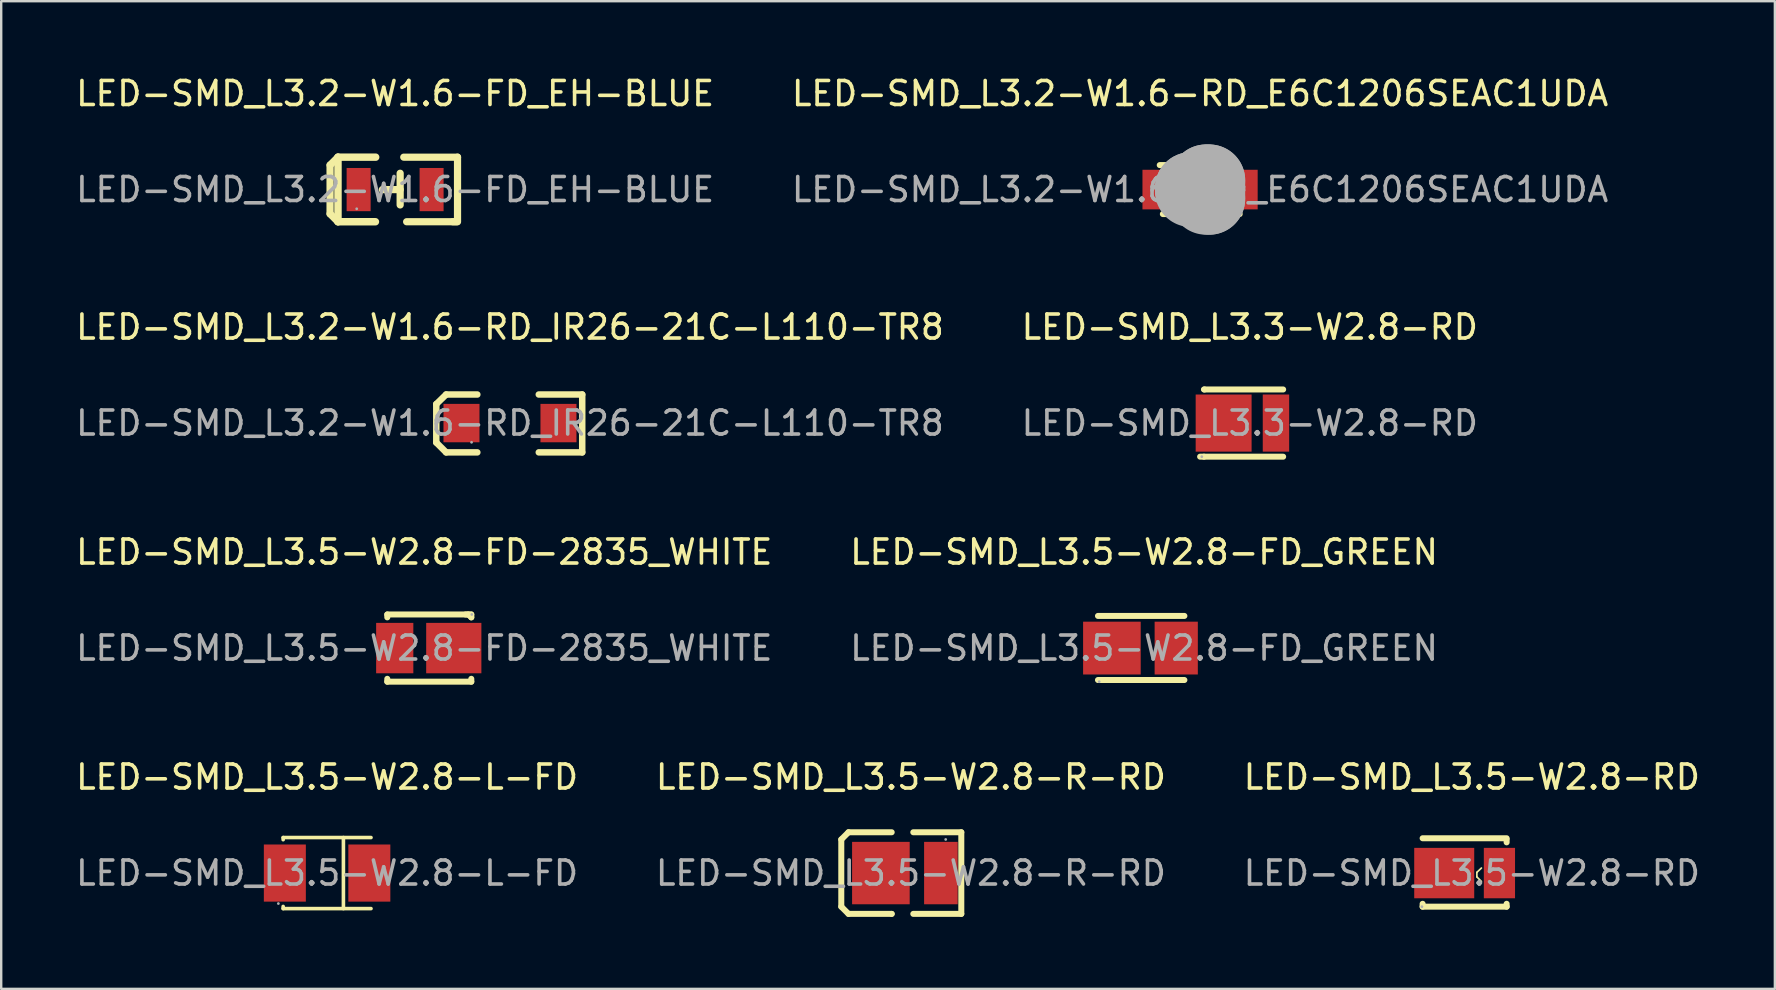
<source format=kicad_pcb>
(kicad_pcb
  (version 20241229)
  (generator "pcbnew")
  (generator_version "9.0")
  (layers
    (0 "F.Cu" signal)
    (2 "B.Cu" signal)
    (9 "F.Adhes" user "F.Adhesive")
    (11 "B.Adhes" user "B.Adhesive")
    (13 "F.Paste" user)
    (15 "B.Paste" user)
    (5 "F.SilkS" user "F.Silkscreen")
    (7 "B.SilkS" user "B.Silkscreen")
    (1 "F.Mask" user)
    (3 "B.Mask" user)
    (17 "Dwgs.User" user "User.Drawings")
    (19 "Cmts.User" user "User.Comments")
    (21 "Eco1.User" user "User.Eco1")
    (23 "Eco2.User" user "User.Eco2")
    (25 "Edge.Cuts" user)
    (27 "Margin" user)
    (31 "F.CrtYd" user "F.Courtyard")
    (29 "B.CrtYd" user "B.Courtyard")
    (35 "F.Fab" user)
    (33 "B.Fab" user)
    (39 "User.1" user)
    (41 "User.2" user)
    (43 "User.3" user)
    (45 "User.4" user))
  (footprint "LED-SMD_L3.5-W2.8-RD"
    (layer "F.Cu")
    (at 58.268 33.323)
    (property "Reference" "LED-SMD_L3.5-W2.8-RD" (at 0 -4 0) (layer "F.SilkS") (effects (font (size 1 1) (thickness 0.15))))
    (attr through_hole)
    (fp_line (start -2.05 -1.45) (end 1.45 -1.45) (stroke (width 0.25) (type solid)) (layer "F.SilkS"))
    (fp_line (start -2.05 1.28) (end -2.05 1.4) (stroke (width 0.25) (type solid)) (layer "F.SilkS"))
    (fp_line (start 0.21 -0.03) (end 0.4 -0.21) (stroke (width 0.07) (type solid)) (layer "F.SilkS"))
    (fp_line (start 0.21 0.16) (end 0.21 -0.03) (stroke (width 0.07) (type solid)) (layer "F.SilkS"))
    (fp_line (start 0.4 0.35) (end 0.21 0.16) (stroke (width 0.07) (type solid)) (layer "F.SilkS"))
    (fp_line (start 1.45 -1.4) (end 1.45 -1.28) (stroke (width 0.25) (type solid)) (layer "F.SilkS"))
    (fp_line (start 1.45 1.28) (end 1.45 1.4) (stroke (width 0.25) (type solid)) (layer "F.SilkS"))
    (fp_line (start 1.45 1.4) (end -2.05 1.4) (stroke (width 0.25) (type solid)) (layer "F.SilkS"))
    (fp_circle (center -2.08 1.4) (end -2.05 1.4) (stroke (width 0.06) (type solid)) (fill no) (layer "F.Fab"))
    (fp_text user "${REFERENCE}" (at 0 0 0) (layer "F.Fab") (effects (font (size 1 1) (thickness 0.15))))
    (pad "1" smd rect (at -1.15 0) (size 2.5 2.1) (layers "F.Cu" "F.Mask" "F.Paste"))
    (pad "2" smd rect (at 1.15 0 180) (size 1.3 2.1) (layers "F.Cu" "F.Mask" "F.Paste")))
  (footprint "LED-SMD_L3.2-W1.6-FD_EH-BLUE"
    (layer "F.Cu")
    (at 13.411 4.848)
    (property "Reference" "LED-SMD_L3.2-W1.6-FD_EH-BLUE" (at 0 -4 0) (layer "F.SilkS") (effects (font (size 1 1) (thickness 0.15))))
    (attr through_hole)
    (fp_line (start -2.71 -1.02) (end -2.71 1.01) (stroke (width 0.3) (type solid)) (layer "F.SilkS"))
    (fp_line (start -2.71 1.01) (end -2.38 1.34) (stroke (width 0.3) (type solid)) (layer "F.SilkS"))
    (fp_line (start -2.38 -1.35) (end -2.71 -1.02) (stroke (width 0.3) (type solid)) (layer "F.SilkS"))
    (fp_line (start -2.38 -1.35) (end -2.38 1.34) (stroke (width 0.31) (type solid)) (layer "F.SilkS"))
    (fp_line (start -2.38 -1.35) (end -0.81 -1.35) (stroke (width 0.31) (type solid)) (layer "F.SilkS"))
    (fp_line (start -2.38 1.34) (end -0.82 1.34) (stroke (width 0.31) (type solid)) (layer "F.SilkS"))
    (fp_line (start 0.21 -0.68) (end 0.21 0.64) (stroke (width 0.3) (type solid)) (layer "F.SilkS"))
    (fp_line (start 0.21 0) (end -0.53 0) (stroke (width 0.3) (type solid)) (layer "F.SilkS"))
    (fp_line (start 2.52 1.34) (end 0.48 1.34) (stroke (width 0.3) (type solid)) (layer "F.SilkS"))
    (fp_line (start 2.57 1.34) (end 2.4 1.34) (stroke (width 0.3) (type solid)) (layer "F.SilkS"))
    (fp_line (start 2.6 -1.35) (end 0.36 -1.35) (stroke (width 0.3) (type solid)) (layer "F.SilkS"))
    (fp_line (start 2.6 -1.35) (end 2.6 1.34) (stroke (width 0.3) (type solid)) (layer "F.SilkS"))
    (fp_circle (center -1.6 0.8) (end -1.57 0.8) (stroke (width 0.06) (type solid)) (fill no) (layer "F.Fab"))
    (fp_text user "${REFERENCE}" (at 0 0 0) (layer "F.Fab") (effects (font (size 1 1) (thickness 0.15))))
    (pad "1" smd rect (at -1.52 0 180) (size 1 1.8) (layers "F.Cu" "F.Mask" "F.Paste"))
    (pad "2" smd rect (at 1.52 0 180) (size 1 1.8) (layers "F.Cu" "F.Mask" "F.Paste")))
  (footprint "LED-SMD_L3.5-W2.8-L-FD"
    (layer "F.Cu")
    (at 10.577 33.323)
    (property "Reference" "LED-SMD_L3.5-W2.8-L-FD" (at 0 -4 0) (layer "F.SilkS") (effects (font (size 1 1) (thickness 0.15))))
    (attr through_hole)
    (fp_line (start -1.83 -1.48) (end -1.83 -1.39) (stroke (width 0.15) (type solid)) (layer "F.SilkS"))
    (fp_line (start -1.83 1.48) (end -1.83 1.39) (stroke (width 0.15) (type solid)) (layer "F.SilkS"))
    (fp_line (start 0.68 1.48) (end 0.68 -1.48) (stroke (width 0.15) (type solid)) (layer "F.SilkS"))
    (fp_line (start 1.83 -1.48) (end -1.83 -1.48) (stroke (width 0.15) (type solid)) (layer "F.SilkS"))
    (fp_line (start 1.83 1.48) (end -1.83 1.48) (stroke (width 0.15) (type solid)) (layer "F.SilkS"))
    (fp_circle (center -2.03 1.27) (end -2 1.27) (stroke (width 0.06) (type solid)) (fill no) (layer "F.Fab"))
    (fp_text user "${REFERENCE}" (at 0 0 0) (layer "F.Fab") (effects (font (size 1 1) (thickness 0.15))))
    (pad "1" smd rect (at -1.76 0) (size 1.75 2.38) (layers "F.Cu" "F.Mask" "F.Paste"))
    (pad "2" smd rect (at 1.76 0) (size 1.75 2.38) (layers "F.Cu" "F.Mask" "F.Paste")))
  (footprint "LED-SMD_L3.3-W2.8-RD"
    (layer "F.Cu")
    (at 49.018 14.576)
    (property "Reference" "LED-SMD_L3.3-W2.8-RD" (at 0 -4 0) (layer "F.SilkS") (effects (font (size 1 1) (thickness 0.15))))
    (attr through_hole)
    (fp_line (start -1.91 -1.4) (end -1.89 -1.4) (stroke (width 0.25) (type solid)) (layer "F.SilkS"))
    (fp_line (start -1.91 1.4) (end -2.07 1.4) (stroke (width 0.25) (type solid)) (layer "F.SilkS"))
    (fp_line (start -1.89 -1.4) (end 1.39 -1.4) (stroke (width 0.25) (type solid)) (layer "F.SilkS"))
    (fp_line (start 1.39 1.4) (end -1.91 1.4) (stroke (width 0.25) (type solid)) (layer "F.SilkS"))
    (fp_circle (center -2 1.4) (end -1.97 1.4) (stroke (width 0.06) (type solid)) (fill no) (layer "F.Fab"))
    (fp_text user "${REFERENCE}" (at 0 0 0) (layer "F.Fab") (effects (font (size 1 1) (thickness 0.15))))
    (pad "1" smd rect (at -1.09 0 180) (size 2.33 2.38) (layers "F.Cu" "F.Mask" "F.Paste"))
    (pad "2" smd rect (at 1.09 0 180) (size 1.1 2.38) (layers "F.Cu" "F.Mask" "F.Paste")))
  (footprint "LED-SMD_L3.2-W1.6-RD_E6C1206SEAC1UDA"
    (layer "F.Cu")
    (at 46.946 4.848)
    (property "Reference" "LED-SMD_L3.2-W1.6-RD_E6C1206SEAC1UDA" (at 0 -4 0) (layer "F.SilkS") (effects (font (size 1 1) (thickness 0.15))))
    (attr through_hole)
    (fp_line (start 1.52 -1.02) (end -1.68 -1.02) (stroke (width 0.25) (type solid)) (layer "F.SilkS"))
    (fp_line (start 1.65 1.02) (end -1.55 1.02) (stroke (width 0.25) (type solid)) (layer "F.SilkS"))
    (fp_line (start -0.38 -0.06) (end -0.38 -0.06) (stroke (width 3) (type solid)) (layer "F.Fab"))
    (fp_line (start -0.38 -0.06) (end 0.13 -0.06) (stroke (width 3) (type solid)) (layer "F.Fab"))
    (fp_line (start 0.13 -0.06) (end 0.13 0.06) (stroke (width 3) (type solid)) (layer "F.Fab"))
    (fp_line (start 0.13 0.06) (end -0.38 0.06) (stroke (width 3) (type solid)) (layer "F.Fab"))
    (fp_line (start 0.25 -0.38) (end 0.25 -0.38) (stroke (width 3) (type solid)) (layer "F.Fab"))
    (fp_line (start 0.25 -0.38) (end 0.38 -0.38) (stroke (width 3) (type solid)) (layer "F.Fab"))
    (fp_line (start 0.38 -0.38) (end 0.38 0.38) (stroke (width 3) (type solid)) (layer "F.Fab"))
    (fp_line (start 0.38 0.38) (end 0.25 0.38) (stroke (width 3) (type solid)) (layer "F.Fab"))
    (fp_circle (center -1.63 -0.76) (end -1.61 -0.76) (stroke (width 0.05) (type solid)) (fill no) (layer "F.Fab"))
    (fp_text user "${REFERENCE}" (at 0 0 0) (layer "F.Fab") (effects (font (size 1 1) (thickness 0.15))))
    (pad "1" smd rect (at -1.65 0 180) (size 1.5 1.65) (layers "F.Cu" "F.Mask" "F.Paste"))
    (pad "2" smd rect (at 1.65 0 180) (size 1.5 1.65) (layers "F.Cu" "F.Mask" "F.Paste")))
  (footprint "LED-SMD_L3.5-W2.8-FD_GREEN"
    (layer "F.Cu")
    (at 44.613 23.95)
    (property "Reference" "LED-SMD_L3.5-W2.8-FD_GREEN" (at 0 -4 0) (layer "F.SilkS") (effects (font (size 1 1) (thickness 0.15))))
    (attr through_hole)
    (fp_line (start -1.92 -1.34) (end 1.68 -1.34) (stroke (width 0.25) (type solid)) (layer "F.SilkS"))
    (fp_line (start 1.68 1.33) (end -1.92 1.33) (stroke (width 0.25) (type solid)) (layer "F.SilkS"))
    (fp_circle (center -1.87 1.4) (end -1.84 1.4) (stroke (width 0.06) (type solid)) (fill no) (layer "F.Fab"))
    (fp_text user "${REFERENCE}" (at 0 0 0) (layer "F.Fab") (effects (font (size 1 1) (thickness 0.15))))
    (pad "1" smd rect (at -1.34 0) (size 2.4 2.2) (layers "F.Cu" "F.Mask" "F.Paste"))
    (pad "2" smd rect (at 1.34 0) (size 1.8 2.2) (layers "F.Cu" "F.Mask" "F.Paste")))
  (footprint "LED-SMD_L3.5-W2.8-R-RD"
    (layer "F.Cu")
    (at 34.899 33.323)
    (property "Reference" "LED-SMD_L3.5-W2.8-R-RD" (at 0 -4 0) (layer "F.SilkS") (effects (font (size 1 1) (thickness 0.15))))
    (attr through_hole)
    (fp_line (start -2.9 -1.4) (end -2.9 1.4) (stroke (width 0.25) (type solid)) (layer "F.SilkS"))
    (fp_line (start -2.9 1.4) (end -2.6 1.7) (stroke (width 0.25) (type solid)) (layer "F.SilkS"))
    (fp_line (start -2.6 -1.7) (end -2.9 -1.4) (stroke (width 0.25) (type solid)) (layer "F.SilkS"))
    (fp_line (start -2.6 1.7) (end -0.8 1.7) (stroke (width 0.25) (type solid)) (layer "F.SilkS"))
    (fp_line (start -0.8 -1.7) (end -2.6 -1.7) (stroke (width 0.25) (type solid)) (layer "F.SilkS"))
    (fp_line (start -0.8 1.7) (end -0.8 1.7) (stroke (width 0.25) (type solid)) (layer "F.SilkS"))
    (fp_line (start 0.1 -1.7) (end 2.1 -1.7) (stroke (width 0.25) (type solid)) (layer "F.SilkS"))
    (fp_line (start 2.1 -1.7) (end 2.1 1.7) (stroke (width 0.25) (type solid)) (layer "F.SilkS"))
    (fp_line (start 2.1 1.7) (end 0.1 1.7) (stroke (width 0.25) (type solid)) (layer "F.SilkS"))
    (fp_circle (center 1.45 -1.4) (end 1.48 -1.4) (stroke (width 0.06) (type solid)) (fill no) (layer "F.Fab"))
    (fp_text user "${REFERENCE}" (at 0 0 0) (layer "F.Fab") (effects (font (size 1 1) (thickness 0.15))))
    (pad "1" smd rect (at 1.25 0 180) (size 1.4 2.6) (layers "F.Cu" "F.Mask" "F.Paste"))
    (pad "2" smd rect (at -1.25 0) (size 2.4 2.6) (layers "F.Cu" "F.Mask" "F.Paste")))
  (footprint "LED-SMD_L3.5-W2.8-FD-2835_WHITE"
    (layer "F.Cu")
    (at 14.625 23.95)
    (property "Reference" "LED-SMD_L3.5-W2.8-FD-2835_WHITE" (at 0 -4 0) (layer "F.SilkS") (effects (font (size 1 1) (thickness 0.15))))
    (attr through_hole)
    (fp_line (start -1.54 -1.4) (end -1.54 -1.28) (stroke (width 0.25) (type solid)) (layer "F.SilkS"))
    (fp_line (start -1.54 1.28) (end -1.54 1.4) (stroke (width 0.25) (type solid)) (layer "F.SilkS"))
    (fp_line (start -1.54 1.4) (end 1.96 1.4) (stroke (width 0.25) (type solid)) (layer "F.SilkS"))
    (fp_line (start 1.72 -1.4) (end 1.84 -1.4) (stroke (width 0.25) (type solid)) (layer "F.SilkS"))
    (fp_line (start 1.84 -1.4) (end 1.96 -1.28) (stroke (width 0.25) (type solid)) (layer "F.SilkS"))
    (fp_line (start 1.96 -1.4) (end -1.54 -1.4) (stroke (width 0.25) (type solid)) (layer "F.SilkS"))
    (fp_line (start 1.96 -1.4) (end 1.96 -1.28) (stroke (width 0.25) (type solid)) (layer "F.SilkS"))
    (fp_line (start 1.96 1.28) (end 1.96 1.4) (stroke (width 0.25) (type solid)) (layer "F.SilkS"))
    (fp_circle (center 1.98 -1.4) (end 2.01 -1.4) (stroke (width 0.06) (type solid)) (fill no) (layer "F.Fab"))
    (fp_text user "${REFERENCE}" (at 0 0 0) (layer "F.Fab") (effects (font (size 1 1) (thickness 0.15))))
    (pad "1" smd rect (at 1.23 0) (size 2.3 2.1) (layers "F.Cu" "F.Mask" "F.Paste"))
    (pad "2" smd rect (at -1.23 0) (size 1.55 2.1) (layers "F.Cu" "F.Mask" "F.Paste")))
  (footprint "LED-SMD_L3.2-W1.6-RD_IR26-21C-L110-TR8"
    (layer "F.Cu")
    (at 18.196 14.576)
    (property "Reference" "LED-SMD_L3.2-W1.6-RD_IR26-21C-L110-TR8" (at 0 -4 0) (layer "F.SilkS") (effects (font (size 1 1) (thickness 0.15))))
    (attr through_hole)
    (fp_line (start -3.07 -0.79) (end -3.07 0.81) (stroke (width 0.27) (type solid)) (layer "F.SilkS"))
    (fp_line (start -3.07 0.81) (end -2.66 1.22) (stroke (width 0.27) (type solid)) (layer "F.SilkS"))
    (fp_line (start -2.66 -1.19) (end -3.07 -0.79) (stroke (width 0.27) (type solid)) (layer "F.SilkS"))
    (fp_line (start -2.66 1.22) (end -1.36 1.22) (stroke (width 0.27) (type solid)) (layer "F.SilkS"))
    (fp_line (start -1.36 -1.19) (end -2.66 -1.19) (stroke (width 0.27) (type solid)) (layer "F.SilkS"))
    (fp_line (start 1.2 1.22) (end 3.01 1.22) (stroke (width 0.27) (type solid)) (layer "F.SilkS"))
    (fp_line (start 3.01 -1.19) (end 1.2 -1.19) (stroke (width 0.27) (type solid)) (layer "F.SilkS"))
    (fp_line (start 3.01 1.22) (end 3.01 -1.19) (stroke (width 0.27) (type solid)) (layer "F.SilkS"))
    (fp_circle (center -1.6 0.8) (end -1.57 0.8) (stroke (width 0.06) (type solid)) (fill no) (layer "F.Fab"))
    (fp_text user "${REFERENCE}" (at 0 0 0) (layer "F.Fab") (effects (font (size 1 1) (thickness 0.15))))
    (pad "1" smd rect (at -2.02 0) (size 1.5 1.6) (layers "F.Cu" "F.Mask" "F.Paste"))
    (pad "2" smd rect (at 2.02 0) (size 1.5 1.6) (layers "F.Cu" "F.Mask" "F.Paste")))
  (gr_rect
    (start -3 -3)
    (end 70.893 38.148)
    (stroke (width 0.1) (type default))
    (fill no)
    (layer "Edge.Cuts")))
</source>
